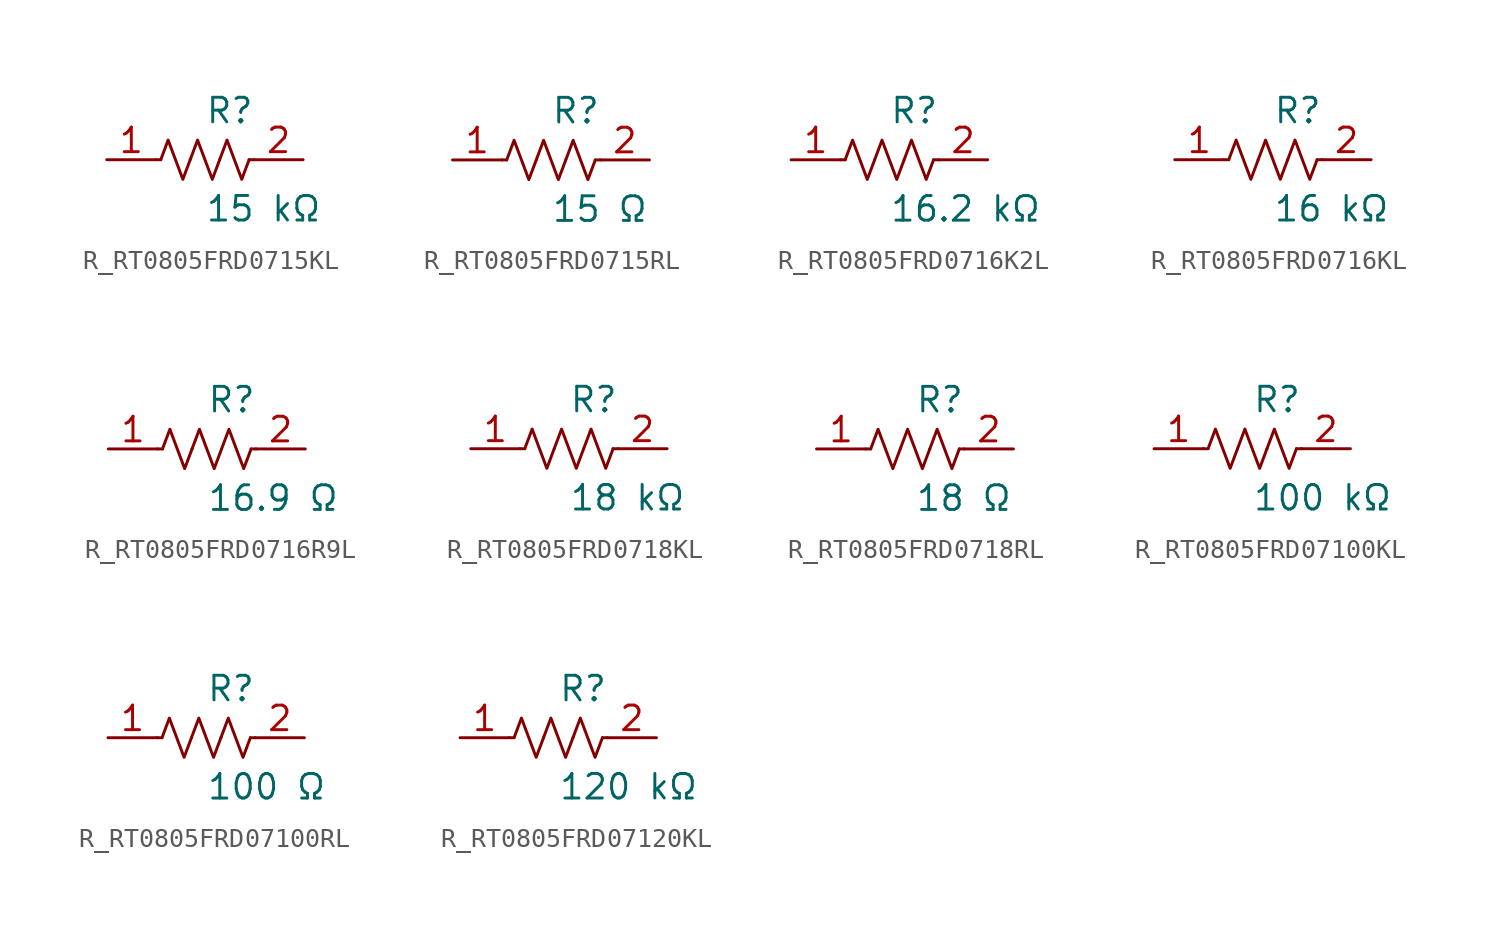
<source format=kicad_sym>
(kicad_symbol_lib
  (version 20231120)
  (generator kicad_symbol_editor)
  (generator_version 8.0)
  (symbol "R_RT0805FRD0715KL"
    (pin_names
      (offset 0.254))
    (property "Reference" "R"
      (at 0 2.54 0)
      (effects (font (size 1.27 1.27)) (justify left)))
    (property "Value" "15 kΩ"
      (at 0 -2.54 0)
      (effects (font (size 1.27 1.27)) (justify left)))
    (symbol "R_RT0805FRD0715KL_0_1"
      (polyline (pts (xy 2.286 0) (xy 2.54 0)) (stroke (width 0) (type default)) (fill (type none)))
      (polyline (pts (xy -2.286 0) (xy -2.54 0)) (stroke (width 0) (type default)) (fill (type none)))
      (polyline (pts (xy 0.762 0) (xy 1.143 1.016) (xy 1.524 0) (xy 1.905 -1.016) (xy 2.286 0)) (stroke (width 0) (type default)) (fill (type none)))
      (polyline (pts (xy -0.762 0) (xy -0.381 1.016) (xy 0 0) (xy 0.381 -1.016) (xy 0.762 0)) (stroke (width 0) (type default)) (fill (type none)))
      (polyline (pts (xy -2.286 0) (xy -1.905 1.016) (xy -1.524 0) (xy -1.143 -1.016) (xy -0.762 0)) (stroke (width 0) (type default)) (fill (type none))))
    (pin unspecified line
      (at -5.08 0 0)
      (length 2.54)
      (name "" (effects (font (size 1.27 1.27))))
      (number "1" (effects (font (size 1.27 1.27)))))
    (pin unspecified line
      (at 5.08 0 180)
      (length 2.54)
      (name "" (effects (font (size 1.27 1.27))))
      (number "2" (effects (font (size 1.27 1.27))))))
  (symbol "R_RT0805FRD0715RL"
    (pin_names
      (offset 0.254))
    (property "Reference" "R"
      (at 0 2.54 0)
      (effects (font (size 1.27 1.27)) (justify left)))
    (property "Value" "15 Ω"
      (at 0 -2.54 0)
      (effects (font (size 1.27 1.27)) (justify left)))
    (symbol "R_RT0805FRD0715RL_0_1"
      (polyline (pts (xy 2.286 0) (xy 2.54 0)) (stroke (width 0) (type default)) (fill (type none)))
      (polyline (pts (xy -2.286 0) (xy -2.54 0)) (stroke (width 0) (type default)) (fill (type none)))
      (polyline (pts (xy 0.762 0) (xy 1.143 1.016) (xy 1.524 0) (xy 1.905 -1.016) (xy 2.286 0)) (stroke (width 0) (type default)) (fill (type none)))
      (polyline (pts (xy -0.762 0) (xy -0.381 1.016) (xy 0 0) (xy 0.381 -1.016) (xy 0.762 0)) (stroke (width 0) (type default)) (fill (type none)))
      (polyline (pts (xy -2.286 0) (xy -1.905 1.016) (xy -1.524 0) (xy -1.143 -1.016) (xy -0.762 0)) (stroke (width 0) (type default)) (fill (type none))))
    (pin unspecified line
      (at -5.08 0 0)
      (length 2.54)
      (name "" (effects (font (size 1.27 1.27))))
      (number "1" (effects (font (size 1.27 1.27)))))
    (pin unspecified line
      (at 5.08 0 180)
      (length 2.54)
      (name "" (effects (font (size 1.27 1.27))))
      (number "2" (effects (font (size 1.27 1.27))))))
  (symbol "R_RT0805FRD0716K2L"
    (pin_names
      (offset 0.254))
    (property "Reference" "R"
      (at 0 2.54 0)
      (effects (font (size 1.27 1.27)) (justify left)))
    (property "Value" "16.2 kΩ"
      (at 0 -2.54 0)
      (effects (font (size 1.27 1.27)) (justify left)))
    (symbol "R_RT0805FRD0716K2L_0_1"
      (polyline (pts (xy 2.286 0) (xy 2.54 0)) (stroke (width 0) (type default)) (fill (type none)))
      (polyline (pts (xy -2.286 0) (xy -2.54 0)) (stroke (width 0) (type default)) (fill (type none)))
      (polyline (pts (xy 0.762 0) (xy 1.143 1.016) (xy 1.524 0) (xy 1.905 -1.016) (xy 2.286 0)) (stroke (width 0) (type default)) (fill (type none)))
      (polyline (pts (xy -0.762 0) (xy -0.381 1.016) (xy 0 0) (xy 0.381 -1.016) (xy 0.762 0)) (stroke (width 0) (type default)) (fill (type none)))
      (polyline (pts (xy -2.286 0) (xy -1.905 1.016) (xy -1.524 0) (xy -1.143 -1.016) (xy -0.762 0)) (stroke (width 0) (type default)) (fill (type none))))
    (pin unspecified line
      (at -5.08 0 0)
      (length 2.54)
      (name "" (effects (font (size 1.27 1.27))))
      (number "1" (effects (font (size 1.27 1.27)))))
    (pin unspecified line
      (at 5.08 0 180)
      (length 2.54)
      (name "" (effects (font (size 1.27 1.27))))
      (number "2" (effects (font (size 1.27 1.27))))))
  (symbol "R_RT0805FRD0716KL"
    (pin_names
      (offset 0.254))
    (property "Reference" "R"
      (at 0 2.54 0)
      (effects (font (size 1.27 1.27)) (justify left)))
    (property "Value" "16 kΩ"
      (at 0 -2.54 0)
      (effects (font (size 1.27 1.27)) (justify left)))
    (symbol "R_RT0805FRD0716KL_0_1"
      (polyline (pts (xy 2.286 0) (xy 2.54 0)) (stroke (width 0) (type default)) (fill (type none)))
      (polyline (pts (xy -2.286 0) (xy -2.54 0)) (stroke (width 0) (type default)) (fill (type none)))
      (polyline (pts (xy 0.762 0) (xy 1.143 1.016) (xy 1.524 0) (xy 1.905 -1.016) (xy 2.286 0)) (stroke (width 0) (type default)) (fill (type none)))
      (polyline (pts (xy -0.762 0) (xy -0.381 1.016) (xy 0 0) (xy 0.381 -1.016) (xy 0.762 0)) (stroke (width 0) (type default)) (fill (type none)))
      (polyline (pts (xy -2.286 0) (xy -1.905 1.016) (xy -1.524 0) (xy -1.143 -1.016) (xy -0.762 0)) (stroke (width 0) (type default)) (fill (type none))))
    (pin unspecified line
      (at -5.08 0 0)
      (length 2.54)
      (name "" (effects (font (size 1.27 1.27))))
      (number "1" (effects (font (size 1.27 1.27)))))
    (pin unspecified line
      (at 5.08 0 180)
      (length 2.54)
      (name "" (effects (font (size 1.27 1.27))))
      (number "2" (effects (font (size 1.27 1.27))))))
  (symbol "R_RT0805FRD0716R9L"
    (pin_names
      (offset 0.254))
    (property "Reference" "R"
      (at 0 2.54 0)
      (effects (font (size 1.27 1.27)) (justify left)))
    (property "Value" "16.9 Ω"
      (at 0 -2.54 0)
      (effects (font (size 1.27 1.27)) (justify left)))
    (symbol "R_RT0805FRD0716R9L_0_1"
      (polyline (pts (xy 2.286 0) (xy 2.54 0)) (stroke (width 0) (type default)) (fill (type none)))
      (polyline (pts (xy -2.286 0) (xy -2.54 0)) (stroke (width 0) (type default)) (fill (type none)))
      (polyline (pts (xy 0.762 0) (xy 1.143 1.016) (xy 1.524 0) (xy 1.905 -1.016) (xy 2.286 0)) (stroke (width 0) (type default)) (fill (type none)))
      (polyline (pts (xy -0.762 0) (xy -0.381 1.016) (xy 0 0) (xy 0.381 -1.016) (xy 0.762 0)) (stroke (width 0) (type default)) (fill (type none)))
      (polyline (pts (xy -2.286 0) (xy -1.905 1.016) (xy -1.524 0) (xy -1.143 -1.016) (xy -0.762 0)) (stroke (width 0) (type default)) (fill (type none))))
    (pin unspecified line
      (at -5.08 0 0)
      (length 2.54)
      (name "" (effects (font (size 1.27 1.27))))
      (number "1" (effects (font (size 1.27 1.27)))))
    (pin unspecified line
      (at 5.08 0 180)
      (length 2.54)
      (name "" (effects (font (size 1.27 1.27))))
      (number "2" (effects (font (size 1.27 1.27))))))
  (symbol "R_RT0805FRD0718KL"
    (pin_names
      (offset 0.254))
    (property "Reference" "R"
      (at 0 2.54 0)
      (effects (font (size 1.27 1.27)) (justify left)))
    (property "Value" "18 kΩ"
      (at 0 -2.54 0)
      (effects (font (size 1.27 1.27)) (justify left)))
    (symbol "R_RT0805FRD0718KL_0_1"
      (polyline (pts (xy 2.286 0) (xy 2.54 0)) (stroke (width 0) (type default)) (fill (type none)))
      (polyline (pts (xy -2.286 0) (xy -2.54 0)) (stroke (width 0) (type default)) (fill (type none)))
      (polyline (pts (xy 0.762 0) (xy 1.143 1.016) (xy 1.524 0) (xy 1.905 -1.016) (xy 2.286 0)) (stroke (width 0) (type default)) (fill (type none)))
      (polyline (pts (xy -0.762 0) (xy -0.381 1.016) (xy 0 0) (xy 0.381 -1.016) (xy 0.762 0)) (stroke (width 0) (type default)) (fill (type none)))
      (polyline (pts (xy -2.286 0) (xy -1.905 1.016) (xy -1.524 0) (xy -1.143 -1.016) (xy -0.762 0)) (stroke (width 0) (type default)) (fill (type none))))
    (pin unspecified line
      (at -5.08 0 0)
      (length 2.54)
      (name "" (effects (font (size 1.27 1.27))))
      (number "1" (effects (font (size 1.27 1.27)))))
    (pin unspecified line
      (at 5.08 0 180)
      (length 2.54)
      (name "" (effects (font (size 1.27 1.27))))
      (number "2" (effects (font (size 1.27 1.27))))))
  (symbol "R_RT0805FRD0718RL"
    (pin_names
      (offset 0.254))
    (property "Reference" "R"
      (at 0 2.54 0)
      (effects (font (size 1.27 1.27)) (justify left)))
    (property "Value" "18 Ω"
      (at 0 -2.54 0)
      (effects (font (size 1.27 1.27)) (justify left)))
    (symbol "R_RT0805FRD0718RL_0_1"
      (polyline (pts (xy 2.286 0) (xy 2.54 0)) (stroke (width 0) (type default)) (fill (type none)))
      (polyline (pts (xy -2.286 0) (xy -2.54 0)) (stroke (width 0) (type default)) (fill (type none)))
      (polyline (pts (xy 0.762 0) (xy 1.143 1.016) (xy 1.524 0) (xy 1.905 -1.016) (xy 2.286 0)) (stroke (width 0) (type default)) (fill (type none)))
      (polyline (pts (xy -0.762 0) (xy -0.381 1.016) (xy 0 0) (xy 0.381 -1.016) (xy 0.762 0)) (stroke (width 0) (type default)) (fill (type none)))
      (polyline (pts (xy -2.286 0) (xy -1.905 1.016) (xy -1.524 0) (xy -1.143 -1.016) (xy -0.762 0)) (stroke (width 0) (type default)) (fill (type none))))
    (pin unspecified line
      (at -5.08 0 0)
      (length 2.54)
      (name "" (effects (font (size 1.27 1.27))))
      (number "1" (effects (font (size 1.27 1.27)))))
    (pin unspecified line
      (at 5.08 0 180)
      (length 2.54)
      (name "" (effects (font (size 1.27 1.27))))
      (number "2" (effects (font (size 1.27 1.27))))))
  (symbol "R_RT0805FRD07100KL"
    (pin_names
      (offset 0.254))
    (property "Reference" "R"
      (at 0 2.54 0)
      (effects (font (size 1.27 1.27)) (justify left)))
    (property "Value" "100 kΩ"
      (at 0 -2.54 0)
      (effects (font (size 1.27 1.27)) (justify left)))
    (symbol "R_RT0805FRD07100KL_0_1"
      (polyline (pts (xy 2.286 0) (xy 2.54 0)) (stroke (width 0) (type default)) (fill (type none)))
      (polyline (pts (xy -2.286 0) (xy -2.54 0)) (stroke (width 0) (type default)) (fill (type none)))
      (polyline (pts (xy 0.762 0) (xy 1.143 1.016) (xy 1.524 0) (xy 1.905 -1.016) (xy 2.286 0)) (stroke (width 0) (type default)) (fill (type none)))
      (polyline (pts (xy -0.762 0) (xy -0.381 1.016) (xy 0 0) (xy 0.381 -1.016) (xy 0.762 0)) (stroke (width 0) (type default)) (fill (type none)))
      (polyline (pts (xy -2.286 0) (xy -1.905 1.016) (xy -1.524 0) (xy -1.143 -1.016) (xy -0.762 0)) (stroke (width 0) (type default)) (fill (type none))))
    (pin unspecified line
      (at -5.08 0 0)
      (length 2.54)
      (name "" (effects (font (size 1.27 1.27))))
      (number "1" (effects (font (size 1.27 1.27)))))
    (pin unspecified line
      (at 5.08 0 180)
      (length 2.54)
      (name "" (effects (font (size 1.27 1.27))))
      (number "2" (effects (font (size 1.27 1.27))))))
  (symbol "R_RT0805FRD07100RL"
    (pin_names
      (offset 0.254))
    (property "Reference" "R"
      (at 0 2.54 0)
      (effects (font (size 1.27 1.27)) (justify left)))
    (property "Value" "100 Ω"
      (at 0 -2.54 0)
      (effects (font (size 1.27 1.27)) (justify left)))
    (symbol "R_RT0805FRD07100RL_0_1"
      (polyline (pts (xy 2.286 0) (xy 2.54 0)) (stroke (width 0) (type default)) (fill (type none)))
      (polyline (pts (xy -2.286 0) (xy -2.54 0)) (stroke (width 0) (type default)) (fill (type none)))
      (polyline (pts (xy 0.762 0) (xy 1.143 1.016) (xy 1.524 0) (xy 1.905 -1.016) (xy 2.286 0)) (stroke (width 0) (type default)) (fill (type none)))
      (polyline (pts (xy -0.762 0) (xy -0.381 1.016) (xy 0 0) (xy 0.381 -1.016) (xy 0.762 0)) (stroke (width 0) (type default)) (fill (type none)))
      (polyline (pts (xy -2.286 0) (xy -1.905 1.016) (xy -1.524 0) (xy -1.143 -1.016) (xy -0.762 0)) (stroke (width 0) (type default)) (fill (type none))))
    (pin unspecified line
      (at -5.08 0 0)
      (length 2.54)
      (name "" (effects (font (size 1.27 1.27))))
      (number "1" (effects (font (size 1.27 1.27)))))
    (pin unspecified line
      (at 5.08 0 180)
      (length 2.54)
      (name "" (effects (font (size 1.27 1.27))))
      (number "2" (effects (font (size 1.27 1.27))))))
  (symbol "R_RT0805FRD07120KL"
    (pin_names
      (offset 0.254))
    (property "Reference" "R"
      (at 0 2.54 0)
      (effects (font (size 1.27 1.27)) (justify left)))
    (property "Value" "120 kΩ"
      (at 0 -2.54 0)
      (effects (font (size 1.27 1.27)) (justify left)))
    (symbol "R_RT0805FRD07120KL_0_1"
      (polyline (pts (xy 2.286 0) (xy 2.54 0)) (stroke (width 0) (type default)) (fill (type none)))
      (polyline (pts (xy -2.286 0) (xy -2.54 0)) (stroke (width 0) (type default)) (fill (type none)))
      (polyline (pts (xy 0.762 0) (xy 1.143 1.016) (xy 1.524 0) (xy 1.905 -1.016) (xy 2.286 0)) (stroke (width 0) (type default)) (fill (type none)))
      (polyline (pts (xy -0.762 0) (xy -0.381 1.016) (xy 0 0) (xy 0.381 -1.016) (xy 0.762 0)) (stroke (width 0) (type default)) (fill (type none)))
      (polyline (pts (xy -2.286 0) (xy -1.905 1.016) (xy -1.524 0) (xy -1.143 -1.016) (xy -0.762 0)) (stroke (width 0) (type default)) (fill (type none))))
    (pin unspecified line
      (at -5.08 0 0)
      (length 2.54)
      (name "" (effects (font (size 1.27 1.27))))
      (number "1" (effects (font (size 1.27 1.27)))))
    (pin unspecified line
      (at 5.08 0 180)
      (length 2.54)
      (name "" (effects (font (size 1.27 1.27))))
      (number "2" (effects (font (size 1.27 1.27)))))))
</source>
